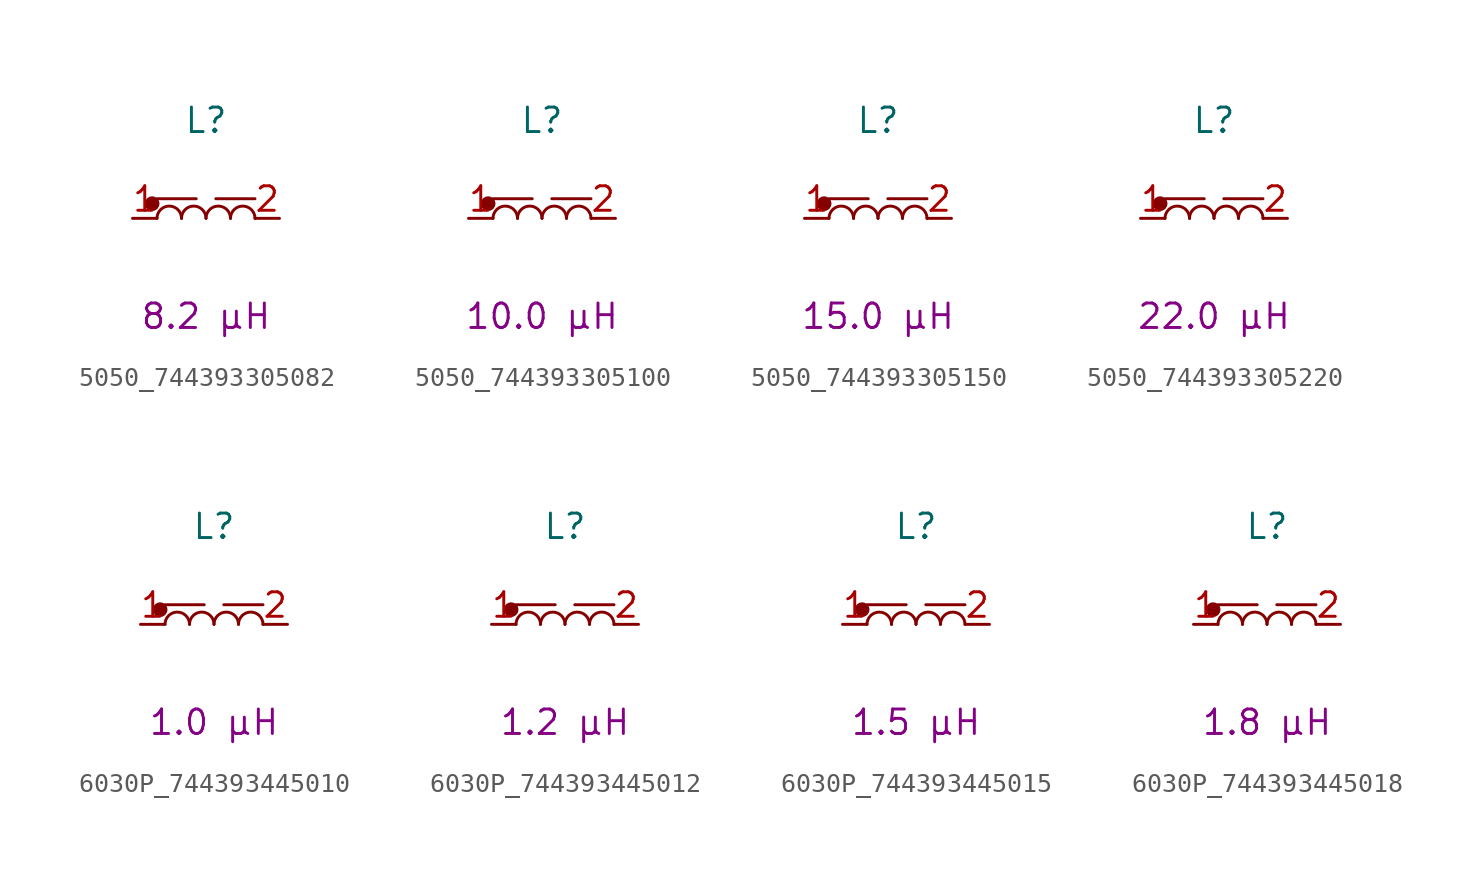
<source format=kicad_sym>
(kicad_symbol_lib
  (version 20220914)
  (generator kicad_symbol_editor)
  (symbol "5050_744393305082"
    (pin_names hide)
    (property "Reference" "L"
      (at 0 5.08 0)
      (effects (font (size 1.27 1.27))))
    (property "Critical Parameter" "8.2 µH"
      (at 0 -5.08 0)
      (effects (font (size 1.27 1.27))))
    (symbol "5050_744393305082_0_1"
      (arc (start -1.27 0) (mid -1.905 0.6323) (end -2.54 0) (stroke (width 0) (type default)) (fill (type none)))
      (arc (start 0 0) (mid -0.635 0.6323) (end -1.27 0) (stroke (width 0) (type default)) (fill (type none)))
      (polyline (pts (xy -2.54 1.016) (xy -0.508 1.016)) (stroke (width 0) (type default)) (fill (type none)))
      (arc (start 1.27 0) (mid 0.635 0.6323) (end 0 0) (stroke (width 0) (type default)) (fill (type none)))
      (arc (start 2.54 0) (mid 1.905 0.6323) (end 1.27 0) (stroke (width 0) (type default)) (fill (type none))))
    (symbol "5050_744393305082_1_1"
      (circle (center -2.794 0.762) (radius 0.0001) (stroke (width 0.381) (type default)) (fill (type none)))
      (polyline (pts (xy 2.54 1.016) (xy 0.508 1.016)) (stroke (width 0) (type default)) (fill (type none)))
      (pin passive line (at -3.81 0 0) (length 1.27) (name "1" (effects (font (size 1.27 1.27)))) (number "1" (effects (font (size 1.27 1.27)))))
      (pin passive line (at 3.81 0 180) (length 1.27) (name "2" (effects (font (size 1.27 1.27)))) (number "2" (effects (font (size 1.27 1.27)))))))
  (symbol "5050_744393305100"
    (pin_names hide)
    (property "Reference" "L"
      (at 0 5.08 0)
      (effects (font (size 1.27 1.27))))
    (property "Critical Parameter" "10.0 µH"
      (at 0 -5.08 0)
      (effects (font (size 1.27 1.27))))
    (symbol "5050_744393305100_0_1"
      (arc (start -1.27 0) (mid -1.905 0.6323) (end -2.54 0) (stroke (width 0) (type default)) (fill (type none)))
      (arc (start 0 0) (mid -0.635 0.6323) (end -1.27 0) (stroke (width 0) (type default)) (fill (type none)))
      (polyline (pts (xy -2.54 1.016) (xy -0.508 1.016)) (stroke (width 0) (type default)) (fill (type none)))
      (arc (start 1.27 0) (mid 0.635 0.6323) (end 0 0) (stroke (width 0) (type default)) (fill (type none)))
      (arc (start 2.54 0) (mid 1.905 0.6323) (end 1.27 0) (stroke (width 0) (type default)) (fill (type none))))
    (symbol "5050_744393305100_1_1"
      (circle (center -2.794 0.762) (radius 0.0001) (stroke (width 0.381) (type default)) (fill (type none)))
      (polyline (pts (xy 2.54 1.016) (xy 0.508 1.016)) (stroke (width 0) (type default)) (fill (type none)))
      (pin passive line (at -3.81 0 0) (length 1.27) (name "1" (effects (font (size 1.27 1.27)))) (number "1" (effects (font (size 1.27 1.27)))))
      (pin passive line (at 3.81 0 180) (length 1.27) (name "2" (effects (font (size 1.27 1.27)))) (number "2" (effects (font (size 1.27 1.27)))))))
  (symbol "5050_744393305150"
    (pin_names hide)
    (property "Reference" "L"
      (at 0 5.08 0)
      (effects (font (size 1.27 1.27))))
    (property "Critical Parameter" "15.0 µH"
      (at 0 -5.08 0)
      (effects (font (size 1.27 1.27))))
    (symbol "5050_744393305150_0_1"
      (arc (start -1.27 0) (mid -1.905 0.6323) (end -2.54 0) (stroke (width 0) (type default)) (fill (type none)))
      (arc (start 0 0) (mid -0.635 0.6323) (end -1.27 0) (stroke (width 0) (type default)) (fill (type none)))
      (polyline (pts (xy -2.54 1.016) (xy -0.508 1.016)) (stroke (width 0) (type default)) (fill (type none)))
      (arc (start 1.27 0) (mid 0.635 0.6323) (end 0 0) (stroke (width 0) (type default)) (fill (type none)))
      (arc (start 2.54 0) (mid 1.905 0.6323) (end 1.27 0) (stroke (width 0) (type default)) (fill (type none))))
    (symbol "5050_744393305150_1_1"
      (circle (center -2.794 0.762) (radius 0.0001) (stroke (width 0.381) (type default)) (fill (type none)))
      (polyline (pts (xy 2.54 1.016) (xy 0.508 1.016)) (stroke (width 0) (type default)) (fill (type none)))
      (pin passive line (at -3.81 0 0) (length 1.27) (name "1" (effects (font (size 1.27 1.27)))) (number "1" (effects (font (size 1.27 1.27)))))
      (pin passive line (at 3.81 0 180) (length 1.27) (name "2" (effects (font (size 1.27 1.27)))) (number "2" (effects (font (size 1.27 1.27)))))))
  (symbol "5050_744393305220"
    (pin_names hide)
    (property "Reference" "L"
      (at 0 5.08 0)
      (effects (font (size 1.27 1.27))))
    (property "Critical Parameter" "22.0 µH"
      (at 0 -5.08 0)
      (effects (font (size 1.27 1.27))))
    (symbol "5050_744393305220_0_1"
      (arc (start -1.27 0) (mid -1.905 0.6323) (end -2.54 0) (stroke (width 0) (type default)) (fill (type none)))
      (arc (start 0 0) (mid -0.635 0.6323) (end -1.27 0) (stroke (width 0) (type default)) (fill (type none)))
      (polyline (pts (xy -2.54 1.016) (xy -0.508 1.016)) (stroke (width 0) (type default)) (fill (type none)))
      (arc (start 1.27 0) (mid 0.635 0.6323) (end 0 0) (stroke (width 0) (type default)) (fill (type none)))
      (arc (start 2.54 0) (mid 1.905 0.6323) (end 1.27 0) (stroke (width 0) (type default)) (fill (type none))))
    (symbol "5050_744393305220_1_1"
      (circle (center -2.794 0.762) (radius 0.0001) (stroke (width 0.381) (type default)) (fill (type none)))
      (polyline (pts (xy 2.54 1.016) (xy 0.508 1.016)) (stroke (width 0) (type default)) (fill (type none)))
      (pin passive line (at -3.81 0 0) (length 1.27) (name "1" (effects (font (size 1.27 1.27)))) (number "1" (effects (font (size 1.27 1.27)))))
      (pin passive line (at 3.81 0 180) (length 1.27) (name "2" (effects (font (size 1.27 1.27)))) (number "2" (effects (font (size 1.27 1.27)))))))
  (symbol "6030P_744393445010"
    (pin_names hide)
    (property "Reference" "L"
      (at 0 5.08 0)
      (effects (font (size 1.27 1.27))))
    (property "Critical Parameter" "1.0 µH"
      (at 0 -5.08 0)
      (effects (font (size 1.27 1.27))))
    (symbol "6030P_744393445010_0_1"
      (arc (start -1.27 0) (mid -1.905 0.6323) (end -2.54 0) (stroke (width 0) (type default)) (fill (type none)))
      (arc (start 0 0) (mid -0.635 0.6323) (end -1.27 0) (stroke (width 0) (type default)) (fill (type none)))
      (polyline (pts (xy -2.54 1.016) (xy -0.508 1.016)) (stroke (width 0) (type default)) (fill (type none)))
      (arc (start 1.27 0) (mid 0.635 0.6323) (end 0 0) (stroke (width 0) (type default)) (fill (type none)))
      (arc (start 2.54 0) (mid 1.905 0.6323) (end 1.27 0) (stroke (width 0) (type default)) (fill (type none))))
    (symbol "6030P_744393445010_1_1"
      (circle (center -2.794 0.762) (radius 0.0001) (stroke (width 0.381) (type default)) (fill (type none)))
      (polyline (pts (xy 2.54 1.016) (xy 0.508 1.016)) (stroke (width 0) (type default)) (fill (type none)))
      (pin passive line (at -3.81 0 0) (length 1.27) (name "1" (effects (font (size 1.27 1.27)))) (number "1" (effects (font (size 1.27 1.27)))))
      (pin passive line (at 3.81 0 180) (length 1.27) (name "2" (effects (font (size 1.27 1.27)))) (number "2" (effects (font (size 1.27 1.27)))))))
  (symbol "6030P_744393445012"
    (pin_names hide)
    (property "Reference" "L"
      (at 0 5.08 0)
      (effects (font (size 1.27 1.27))))
    (property "Critical Parameter" "1.2 µH"
      (at 0 -5.08 0)
      (effects (font (size 1.27 1.27))))
    (symbol "6030P_744393445012_0_1"
      (arc (start -1.27 0) (mid -1.905 0.6323) (end -2.54 0) (stroke (width 0) (type default)) (fill (type none)))
      (arc (start 0 0) (mid -0.635 0.6323) (end -1.27 0) (stroke (width 0) (type default)) (fill (type none)))
      (polyline (pts (xy -2.54 1.016) (xy -0.508 1.016)) (stroke (width 0) (type default)) (fill (type none)))
      (arc (start 1.27 0) (mid 0.635 0.6323) (end 0 0) (stroke (width 0) (type default)) (fill (type none)))
      (arc (start 2.54 0) (mid 1.905 0.6323) (end 1.27 0) (stroke (width 0) (type default)) (fill (type none))))
    (symbol "6030P_744393445012_1_1"
      (circle (center -2.794 0.762) (radius 0.0001) (stroke (width 0.381) (type default)) (fill (type none)))
      (polyline (pts (xy 2.54 1.016) (xy 0.508 1.016)) (stroke (width 0) (type default)) (fill (type none)))
      (pin passive line (at -3.81 0 0) (length 1.27) (name "1" (effects (font (size 1.27 1.27)))) (number "1" (effects (font (size 1.27 1.27)))))
      (pin passive line (at 3.81 0 180) (length 1.27) (name "2" (effects (font (size 1.27 1.27)))) (number "2" (effects (font (size 1.27 1.27)))))))
  (symbol "6030P_744393445015"
    (pin_names hide)
    (property "Reference" "L"
      (at 0 5.08 0)
      (effects (font (size 1.27 1.27))))
    (property "Critical Parameter" "1.5 µH"
      (at 0 -5.08 0)
      (effects (font (size 1.27 1.27))))
    (symbol "6030P_744393445015_0_1"
      (arc (start -1.27 0) (mid -1.905 0.6323) (end -2.54 0) (stroke (width 0) (type default)) (fill (type none)))
      (arc (start 0 0) (mid -0.635 0.6323) (end -1.27 0) (stroke (width 0) (type default)) (fill (type none)))
      (polyline (pts (xy -2.54 1.016) (xy -0.508 1.016)) (stroke (width 0) (type default)) (fill (type none)))
      (arc (start 1.27 0) (mid 0.635 0.6323) (end 0 0) (stroke (width 0) (type default)) (fill (type none)))
      (arc (start 2.54 0) (mid 1.905 0.6323) (end 1.27 0) (stroke (width 0) (type default)) (fill (type none))))
    (symbol "6030P_744393445015_1_1"
      (circle (center -2.794 0.762) (radius 0.0001) (stroke (width 0.381) (type default)) (fill (type none)))
      (polyline (pts (xy 2.54 1.016) (xy 0.508 1.016)) (stroke (width 0) (type default)) (fill (type none)))
      (pin passive line (at -3.81 0 0) (length 1.27) (name "1" (effects (font (size 1.27 1.27)))) (number "1" (effects (font (size 1.27 1.27)))))
      (pin passive line (at 3.81 0 180) (length 1.27) (name "2" (effects (font (size 1.27 1.27)))) (number "2" (effects (font (size 1.27 1.27)))))))
  (symbol "6030P_744393445018"
    (pin_names hide)
    (property "Reference" "L"
      (at 0 5.08 0)
      (effects (font (size 1.27 1.27))))
    (property "Critical Parameter" "1.8 µH"
      (at 0 -5.08 0)
      (effects (font (size 1.27 1.27))))
    (symbol "6030P_744393445018_0_1"
      (arc (start -1.27 0) (mid -1.905 0.6323) (end -2.54 0) (stroke (width 0) (type default)) (fill (type none)))
      (arc (start 0 0) (mid -0.635 0.6323) (end -1.27 0) (stroke (width 0) (type default)) (fill (type none)))
      (polyline (pts (xy -2.54 1.016) (xy -0.508 1.016)) (stroke (width 0) (type default)) (fill (type none)))
      (arc (start 1.27 0) (mid 0.635 0.6323) (end 0 0) (stroke (width 0) (type default)) (fill (type none)))
      (arc (start 2.54 0) (mid 1.905 0.6323) (end 1.27 0) (stroke (width 0) (type default)) (fill (type none))))
    (symbol "6030P_744393445018_1_1"
      (circle (center -2.794 0.762) (radius 0.0001) (stroke (width 0.381) (type default)) (fill (type none)))
      (polyline (pts (xy 2.54 1.016) (xy 0.508 1.016)) (stroke (width 0) (type default)) (fill (type none)))
      (pin passive line (at -3.81 0 0) (length 1.27) (name "1" (effects (font (size 1.27 1.27)))) (number "1" (effects (font (size 1.27 1.27)))))
      (pin passive line (at 3.81 0 180) (length 1.27) (name "2" (effects (font (size 1.27 1.27)))) (number "2" (effects (font (size 1.27 1.27))))))))
</source>
